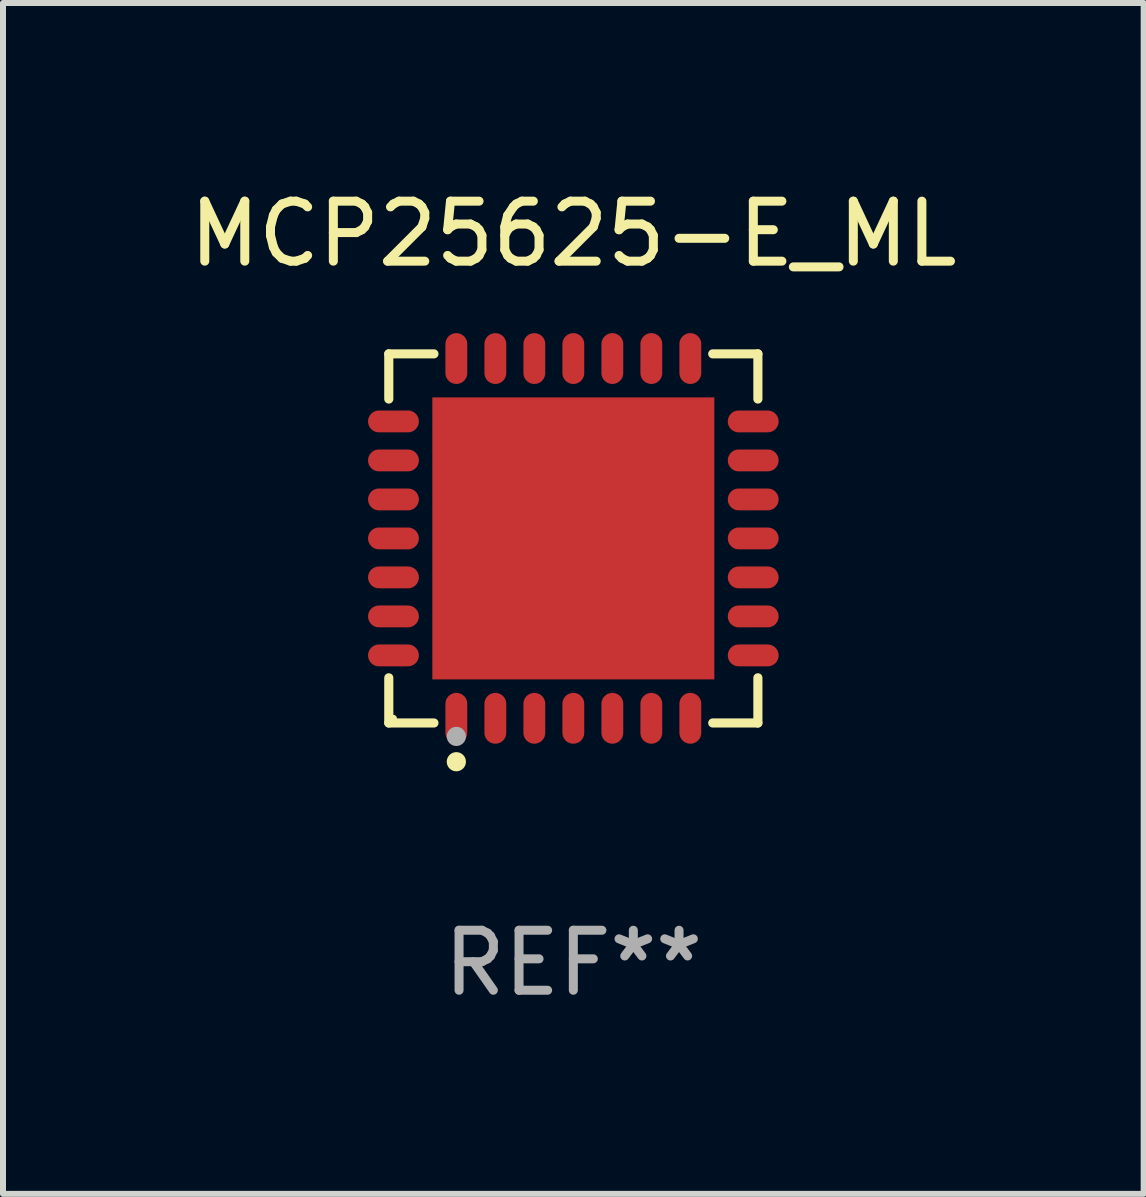
<source format=kicad_pcb>
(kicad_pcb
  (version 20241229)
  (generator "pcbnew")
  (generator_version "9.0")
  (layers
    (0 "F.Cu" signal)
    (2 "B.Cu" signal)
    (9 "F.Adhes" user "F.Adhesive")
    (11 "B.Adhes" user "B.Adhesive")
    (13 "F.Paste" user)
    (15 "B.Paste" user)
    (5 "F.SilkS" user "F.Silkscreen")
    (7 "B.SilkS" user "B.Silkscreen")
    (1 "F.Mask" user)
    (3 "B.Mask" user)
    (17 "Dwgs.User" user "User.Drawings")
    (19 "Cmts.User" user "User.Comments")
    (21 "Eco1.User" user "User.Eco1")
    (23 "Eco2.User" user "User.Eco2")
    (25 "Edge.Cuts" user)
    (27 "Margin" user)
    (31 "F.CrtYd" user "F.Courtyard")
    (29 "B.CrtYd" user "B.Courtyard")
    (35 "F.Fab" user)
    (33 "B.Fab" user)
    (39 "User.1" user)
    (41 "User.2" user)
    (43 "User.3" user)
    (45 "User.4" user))
  (footprint "MCP25625-E_ML"
    (layer "F.Cu")
    (at 6.506 5.924)
    (property "Reference" "MCP25625-E_ML" (at 0 -5.076 0) (layer "F.SilkS") (effects (font (size 1 1) (thickness 0.15))))
    (attr through_hole)
    (fp_line (start -3.076 -3.076) (end -2.323 -3.076) (stroke (width 0.152) (type solid)) (layer "F.SilkS"))
    (fp_line (start -3.076 -2.323) (end -3.076 -3.076) (stroke (width 0.152) (type solid)) (layer "F.SilkS"))
    (fp_line (start -3.076 2.323) (end -3.076 3.076) (stroke (width 0.152) (type solid)) (layer "F.SilkS"))
    (fp_line (start -3.076 3.076) (end -2.323 3.076) (stroke (width 0.152) (type solid)) (layer "F.SilkS"))
    (fp_line (start 3.076 -3.076) (end 2.323 -3.076) (stroke (width 0.152) (type solid)) (layer "F.SilkS"))
    (fp_line (start 3.076 -2.323) (end 3.076 -3.076) (stroke (width 0.152) (type solid)) (layer "F.SilkS"))
    (fp_line (start 3.076 2.323) (end 3.076 3.076) (stroke (width 0.152) (type solid)) (layer "F.SilkS"))
    (fp_line (start 3.076 3.076) (end 2.323 3.076) (stroke (width 0.152) (type solid)) (layer "F.SilkS"))
    (fp_circle (center -3 3) (end -2.97 3) (stroke (width 0.06) (type solid)) (fill no) (layer "F.SilkS"))
    (fp_circle (center -1.95 3.722) (end -1.87 3.722) (stroke (width 0.16) (type solid)) (fill no) (layer "F.SilkS"))
    (fp_circle (center -1.95 3.3) (end -1.87 3.3) (stroke (width 0.16) (type solid)) (fill no) (layer "F.Fab"))
    (fp_text user "REF**" (at 0 7.076 0) (layer "F.Fab") (effects (font (size 1 1) (thickness 0.15))))
    (pad "1" smd oval (at -1.95 2.998) (size 0.364 0.847) (layers "F.Cu" "F.Mask" "F.Paste"))
    (pad "2" smd oval (at -1.3 2.998) (size 0.364 0.847) (layers "F.Cu" "F.Mask" "F.Paste"))
    (pad "3" smd oval (at -0.65 2.998) (size 0.364 0.847) (layers "F.Cu" "F.Mask" "F.Paste"))
    (pad "4" smd oval (at 0 2.998) (size 0.364 0.847) (layers "F.Cu" "F.Mask" "F.Paste"))
    (pad "5" smd oval (at 0.65 2.998) (size 0.364 0.847) (layers "F.Cu" "F.Mask" "F.Paste"))
    (pad "6" smd oval (at 1.3 2.998) (size 0.364 0.847) (layers "F.Cu" "F.Mask" "F.Paste"))
    (pad "7" smd oval (at 1.95 2.998) (size 0.364 0.847) (layers "F.Cu" "F.Mask" "F.Paste"))
    (pad "8" smd oval (at 2.998 1.95) (size 0.847 0.364) (layers "F.Cu" "F.Mask" "F.Paste"))
    (pad "9" smd oval (at 2.998 1.3) (size 0.847 0.364) (layers "F.Cu" "F.Mask" "F.Paste"))
    (pad "10" smd oval (at 2.998 0.65) (size 0.847 0.364) (layers "F.Cu" "F.Mask" "F.Paste"))
    (pad "11" smd oval (at 2.998 0) (size 0.847 0.364) (layers "F.Cu" "F.Mask" "F.Paste"))
    (pad "12" smd oval (at 2.998 -0.65) (size 0.847 0.364) (layers "F.Cu" "F.Mask" "F.Paste"))
    (pad "13" smd oval (at 2.998 -1.3) (size 0.847 0.364) (layers "F.Cu" "F.Mask" "F.Paste"))
    (pad "14" smd oval (at 2.998 -1.95) (size 0.847 0.364) (layers "F.Cu" "F.Mask" "F.Paste"))
    (pad "15" smd oval (at 1.95 -2.998) (size 0.364 0.847) (layers "F.Cu" "F.Mask" "F.Paste"))
    (pad "16" smd oval (at 1.3 -2.998) (size 0.364 0.847) (layers "F.Cu" "F.Mask" "F.Paste"))
    (pad "17" smd oval (at 0.65 -2.998) (size 0.364 0.847) (layers "F.Cu" "F.Mask" "F.Paste"))
    (pad "18" smd oval (at 0 -2.998) (size 0.364 0.847) (layers "F.Cu" "F.Mask" "F.Paste"))
    (pad "19" smd oval (at -0.65 -2.998) (size 0.364 0.847) (layers "F.Cu" "F.Mask" "F.Paste"))
    (pad "20" smd oval (at -1.3 -2.998) (size 0.364 0.847) (layers "F.Cu" "F.Mask" "F.Paste"))
    (pad "21" smd oval (at -1.95 -2.998) (size 0.364 0.847) (layers "F.Cu" "F.Mask" "F.Paste"))
    (pad "22" smd oval (at -2.998 -1.95) (size 0.847 0.364) (layers "F.Cu" "F.Mask" "F.Paste"))
    (pad "23" smd oval (at -2.998 -1.3) (size 0.847 0.364) (layers "F.Cu" "F.Mask" "F.Paste"))
    (pad "24" smd oval (at -2.998 -0.65) (size 0.847 0.364) (layers "F.Cu" "F.Mask" "F.Paste"))
    (pad "25" smd oval (at -2.998 0) (size 0.847 0.364) (layers "F.Cu" "F.Mask" "F.Paste"))
    (pad "26" smd oval (at -2.998 0.65) (size 0.847 0.364) (layers "F.Cu" "F.Mask" "F.Paste"))
    (pad "27" smd oval (at -2.998 1.3) (size 0.847 0.364) (layers "F.Cu" "F.Mask" "F.Paste"))
    (pad "28" smd oval (at -2.998 1.95) (size 0.847 0.364) (layers "F.Cu" "F.Mask" "F.Paste"))
    (pad "29" smd rect (at 0 0) (size 4.7 4.7) (layers "F.Cu" "F.Mask" "F.Paste")))
  (gr_rect
    (start -3 -3)
    (end 16.012 16.849)
    (stroke (width 0.1) (type default))
    (fill no)
    (layer "Edge.Cuts")))
</source>
